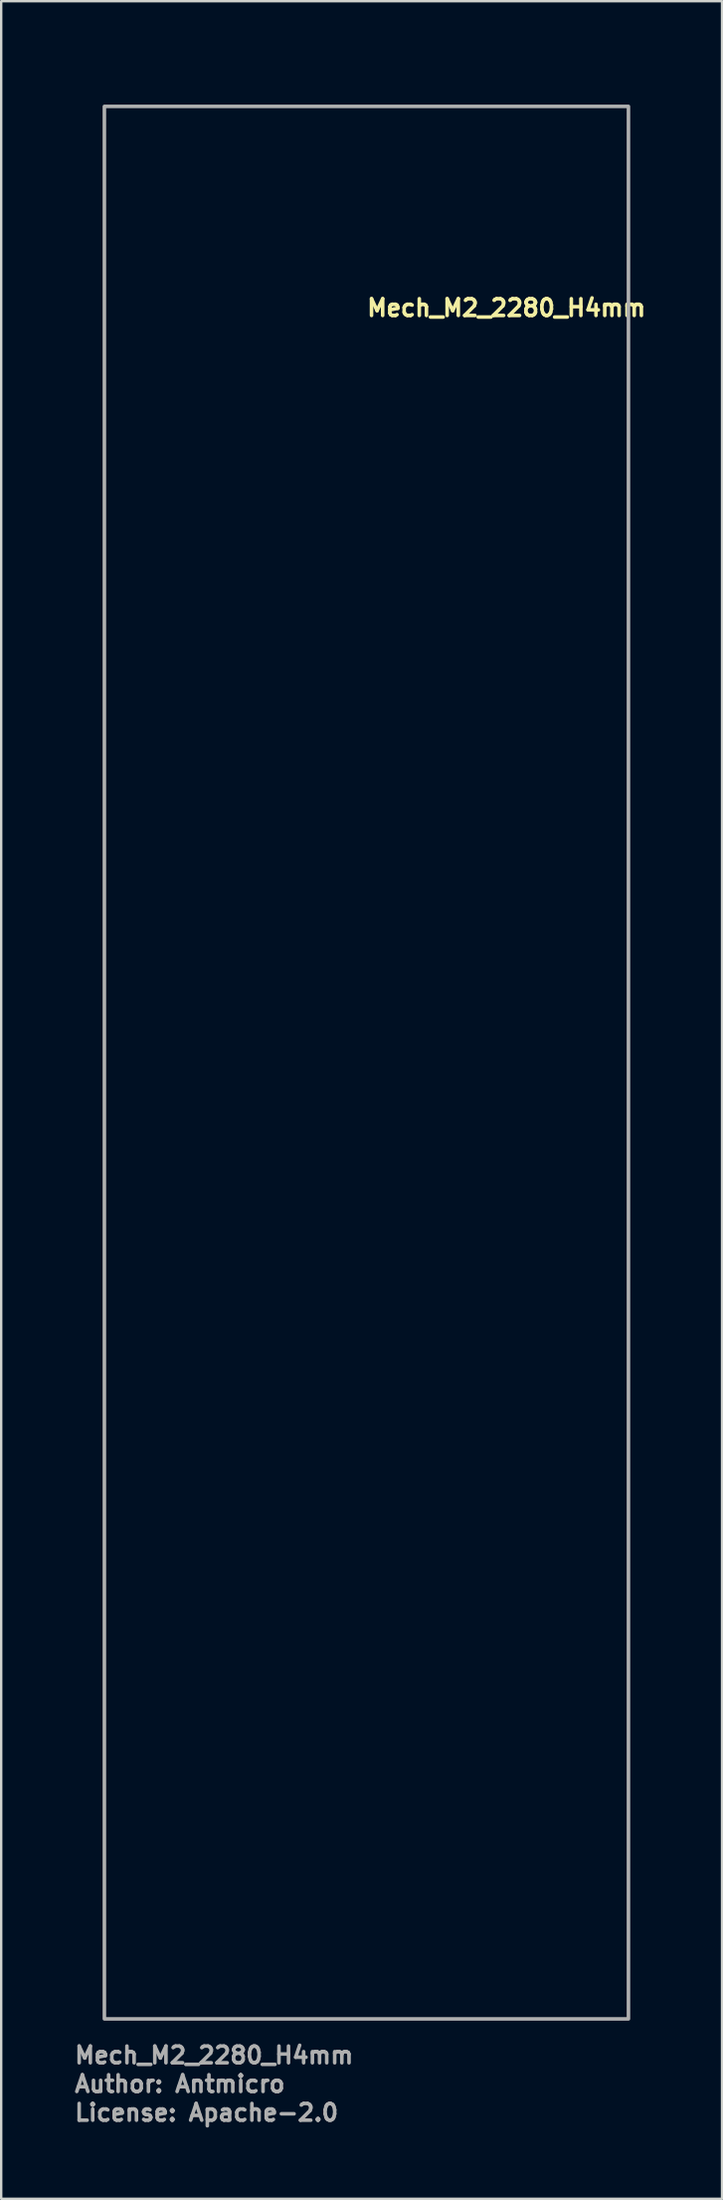
<source format=kicad_pcb>
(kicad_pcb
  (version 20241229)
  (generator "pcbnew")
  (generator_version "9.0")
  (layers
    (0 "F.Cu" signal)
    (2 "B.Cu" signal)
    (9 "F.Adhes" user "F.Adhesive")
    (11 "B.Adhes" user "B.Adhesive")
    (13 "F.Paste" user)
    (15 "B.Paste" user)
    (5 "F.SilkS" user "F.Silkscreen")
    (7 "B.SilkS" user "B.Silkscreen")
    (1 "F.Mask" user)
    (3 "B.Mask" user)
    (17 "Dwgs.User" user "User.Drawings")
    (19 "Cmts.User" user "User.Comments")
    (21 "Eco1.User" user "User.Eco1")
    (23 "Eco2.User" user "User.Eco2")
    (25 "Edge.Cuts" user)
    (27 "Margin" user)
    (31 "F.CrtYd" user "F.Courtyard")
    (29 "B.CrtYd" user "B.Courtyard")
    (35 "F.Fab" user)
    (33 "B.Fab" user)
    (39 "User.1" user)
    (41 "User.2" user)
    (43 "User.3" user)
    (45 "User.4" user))
  (footprint "Mech_M2_2280_H4mm"
    (layer "F.Cu")
    (at 12.243 1.35)
    (property "Reference" "Mech_M2_2280_H4mm" (at 0 8.89 180) (layer "F.SilkS") (effects (font (size 0.7 0.7) (thickness 0.15)) (justify left bottom)))
    (attr exclude_from_pos_files exclude_from_bom allow_missing_courtyard)
    (fp_line (start -11 0) (end -11 80.001) (stroke (width 0.2) (type solid)) (layer "Eco1.User"))
    (fp_line (start -11 80.001) (end 10.999 80.001) (stroke (width 0.2) (type solid)) (layer "Eco1.User"))
    (fp_line (start 10.999 0) (end -11 0) (stroke (width 0.2) (type solid)) (layer "Eco1.User"))
    (fp_line (start 10.999 80.001) (end 10.999 0) (stroke (width 0.2) (type solid)) (layer "Eco1.User"))
    (fp_circle (center 0 0) (end -1.25 0) (stroke (width 0.2) (type solid)) (fill no) (layer "Eco1.User"))
    (fp_rect (start -10.922 0.051) (end 11.024 80.061) (stroke (width 0.15) (type solid)) (fill no) (layer "F.Fab"))
    (fp_rect (start -11.077 0) (end 11.076 80.15) (stroke (width 0.1) (type solid)) (fill no) (layer "User.5"))
    (fp_rect (start -11.077 0) (end 11.076 80.15) (stroke (width 0.1) (type solid)) (fill no) (layer "User.5"))
    (fp_line (start -11.077 0) (end -11.077 6.296) (stroke (width 0.02) (type solid)) (layer "User.9"))
    (fp_line (start -11.077 6.296) (end -10.705 6.78) (stroke (width 0.02) (type solid)) (layer "User.9"))
    (fp_line (start -11.077 14.297) (end -11.077 67.087) (stroke (width 0.02) (type solid)) (layer "User.9"))
    (fp_line (start -11.077 74.41) (end -11.077 76.063) (stroke (width 0.02) (type solid)) (layer "User.9"))
    (fp_line (start -10.705 6.78) (end -10.705 13.781) (stroke (width 0.02) (type solid)) (layer "User.9"))
    (fp_line (start -10.705 13.781) (end -11.077 14.297) (stroke (width 0.02) (type solid)) (layer "User.9"))
    (fp_line (start -10.705 67.531) (end -11.077 67.087) (stroke (width 0.02) (type solid)) (layer "User.9"))
    (fp_line (start -10.705 67.531) (end -10.705 73.938) (stroke (width 0.02) (type solid)) (layer "User.9"))
    (fp_line (start -10.705 73.938) (end -11.077 74.41) (stroke (width 0.02) (type solid)) (layer "User.9"))
    (fp_line (start -10.276 29.629) (end -9.632 29.629) (stroke (width 0.02) (type solid)) (layer "User.9"))
    (fp_line (start -10.276 30.2) (end -10.276 29.629) (stroke (width 0.02) (type solid)) (layer "User.9"))
    (fp_line (start -10.269 76.078) (end -11.077 76.063) (stroke (width 0.02) (type solid)) (layer "User.9"))
    (fp_line (start -10.257 21.38) (end -9.789 21.38) (stroke (width 0.02) (type solid)) (layer "User.9"))
    (fp_line (start -10.257 21.931) (end -10.257 21.38) (stroke (width 0.02) (type solid)) (layer "User.9"))
    (fp_line (start -10.224 1.273) (end -10.212 1.173) (stroke (width 0.02) (type solid)) (layer "User.9"))
    (fp_line (start -10.224 1.274) (end -10.186 1.368) (stroke (width 0.02) (type solid)) (layer "User.9"))
    (fp_line (start -10.216 38.534) (end -10.216 38.963) (stroke (width 0.02) (type solid)) (layer "User.9"))
    (fp_line (start -10.216 38.963) (end -9.741 38.963) (stroke (width 0.02) (type solid)) (layer "User.9"))
    (fp_line (start -10.212 1.173) (end -10.186 1.112) (stroke (width 0.02) (type solid)) (layer "User.9"))
    (fp_line (start -10.212 23.658) (end -9.744 23.658) (stroke (width 0.02) (type solid)) (layer "User.9"))
    (fp_line (start -10.212 24.207) (end -10.212 23.658) (stroke (width 0.02) (type solid)) (layer "User.9"))
    (fp_line (start -10.186 1.112) (end -10.144 1.06) (stroke (width 0.02) (type solid)) (layer "User.9"))
    (fp_line (start -10.186 1.368) (end -10.144 1.423) (stroke (width 0.02) (type solid)) (layer "User.9"))
    (fp_line (start -10.183 36.656) (end -10.183 37.173) (stroke (width 0.02) (type solid)) (layer "User.9"))
    (fp_line (start -10.183 37.173) (end -9.792 37.173) (stroke (width 0.02) (type solid)) (layer "User.9"))
    (fp_line (start -10.148 76.129) (end -10.269 76.078) (stroke (width 0.02) (type solid)) (layer "User.9"))
    (fp_line (start -10.144 1.423) (end -10.091 1.463) (stroke (width 0.02) (type solid)) (layer "User.9"))
    (fp_line (start -10.093 74.435) (end -10.067 74.641) (stroke (width 0.02) (type solid)) (layer "User.9"))
    (fp_line (start -10.091 1.017) (end -10.144 1.06) (stroke (width 0.02) (type solid)) (layer "User.9"))
    (fp_line (start -10.091 1.463) (end -10.029 1.489) (stroke (width 0.02) (type solid)) (layer "User.9"))
    (fp_line (start -10.067 74.227) (end -10.093 74.435) (stroke (width 0.02) (type solid)) (layer "User.9"))
    (fp_line (start -10.067 74.227) (end -9.987 74.035) (stroke (width 0.02) (type solid)) (layer "User.9"))
    (fp_line (start -10.067 74.641) (end -9.987 74.834) (stroke (width 0.02) (type solid)) (layer "User.9"))
    (fp_line (start -10.045 76.209) (end -10.148 76.129) (stroke (width 0.02) (type solid)) (layer "User.9"))
    (fp_line (start -10.042 60.676) (end -10.042 60.015) (stroke (width 0.02) (type solid)) (layer "User.9"))
    (fp_line (start -10.042 60.676) (end -8.862 60.676) (stroke (width 0.02) (type solid)) (layer "User.9"))
    (fp_line (start -10.029 0.992) (end -10.091 1.017) (stroke (width 0.02) (type solid)) (layer "User.9"))
    (fp_line (start -10.013 34.887) (end -10.013 35.938) (stroke (width 0.02) (type solid)) (layer "User.9"))
    (fp_line (start -10.013 35.938) (end -9.317 35.938) (stroke (width 0.02) (type solid)) (layer "User.9"))
    (fp_line (start -9.987 74.035) (end -9.859 73.87) (stroke (width 0.02) (type solid)) (layer "User.9"))
    (fp_line (start -9.987 74.834) (end -9.859 75.001) (stroke (width 0.02) (type solid)) (layer "User.9"))
    (fp_line (start -9.971 67.682) (end -9.971 68.231) (stroke (width 0.02) (type solid)) (layer "User.9"))
    (fp_line (start -9.971 67.682) (end -9.503 67.682) (stroke (width 0.02) (type solid)) (layer "User.9"))
    (fp_line (start -9.965 76.313) (end -10.045 76.209) (stroke (width 0.02) (type solid)) (layer "User.9"))
    (fp_line (start -9.962 0.983) (end -10.029 0.992) (stroke (width 0.02) (type solid)) (layer "User.9"))
    (fp_line (start -9.962 0.983) (end -9.897 0.992) (stroke (width 0.02) (type solid)) (layer "User.9"))
    (fp_line (start -9.962 1.499) (end -10.029 1.489) (stroke (width 0.02) (type solid)) (layer "User.9"))
    (fp_line (start -9.952 9.967) (end -9.484 9.967) (stroke (width 0.02) (type solid)) (layer "User.9"))
    (fp_line (start -9.952 10.518) (end -9.952 9.967) (stroke (width 0.02) (type solid)) (layer "User.9"))
    (fp_line (start -9.915 76.433) (end -9.965 76.313) (stroke (width 0.02) (type solid)) (layer "User.9"))
    (fp_line (start -9.898 76.563) (end -9.915 76.433) (stroke (width 0.02) (type solid)) (layer "User.9"))
    (fp_line (start -9.898 76.563) (end -9.898 80.15) (stroke (width 0.02) (type solid)) (layer "User.9"))
    (fp_line (start -9.898 80.15) (end -6.829 80.15) (stroke (width 0.02) (type solid)) (layer "User.9"))
    (fp_line (start -9.897 0.992) (end -9.833 1.017) (stroke (width 0.02) (type solid)) (layer "User.9"))
    (fp_line (start -9.897 1.489) (end -9.962 1.499) (stroke (width 0.02) (type solid)) (layer "User.9"))
    (fp_line (start -9.897 1.489) (end -9.833 1.463) (stroke (width 0.02) (type solid)) (layer "User.9"))
    (fp_line (start -9.862 7.7) (end -9.394 7.7) (stroke (width 0.02) (type solid)) (layer "User.9"))
    (fp_line (start -9.862 8.249) (end -9.862 7.7) (stroke (width 0.02) (type solid)) (layer "User.9"))
    (fp_line (start -9.859 62.197) (end -9.859 61.728) (stroke (width 0.02) (type solid)) (layer "User.9"))
    (fp_line (start -9.859 73.87) (end -9.695 73.742) (stroke (width 0.02) (type solid)) (layer "User.9"))
    (fp_line (start -9.849 70.453) (end -9.849 72.23) (stroke (width 0.02) (type solid)) (layer "User.9"))
    (fp_line (start -9.849 70.453) (end -8.527 70.453) (stroke (width 0.02) (type solid)) (layer "User.9"))
    (fp_line (start -9.833 1.017) (end -9.779 1.06) (stroke (width 0.02) (type solid)) (layer "User.9"))
    (fp_line (start -9.792 36.656) (end -10.183 36.656) (stroke (width 0.02) (type solid)) (layer "User.9"))
    (fp_line (start -9.792 37.173) (end -9.792 36.656) (stroke (width 0.02) (type solid)) (layer "User.9"))
    (fp_line (start -9.789 21.931) (end -10.257 21.931) (stroke (width 0.02) (type solid)) (layer "User.9"))
    (fp_line (start -9.789 21.931) (end -9.789 21.38) (stroke (width 0.02) (type solid)) (layer "User.9"))
    (fp_line (start -9.779 1.423) (end -9.833 1.463) (stroke (width 0.02) (type solid)) (layer "User.9"))
    (fp_line (start -9.779 1.423) (end -9.74 1.368) (stroke (width 0.02) (type solid)) (layer "User.9"))
    (fp_line (start -9.744 24.207) (end -10.212 24.207) (stroke (width 0.02) (type solid)) (layer "User.9"))
    (fp_line (start -9.744 24.207) (end -9.744 23.658) (stroke (width 0.02) (type solid)) (layer "User.9"))
    (fp_line (start -9.741 38.534) (end -10.216 38.534) (stroke (width 0.02) (type solid)) (layer "User.9"))
    (fp_line (start -9.741 38.963) (end -9.741 38.534) (stroke (width 0.02) (type solid)) (layer "User.9"))
    (fp_line (start -9.74 1.112) (end -9.779 1.06) (stroke (width 0.02) (type solid)) (layer "User.9"))
    (fp_line (start -9.74 1.368) (end -9.715 1.308) (stroke (width 0.02) (type solid)) (layer "User.9"))
    (fp_line (start -9.715 1.173) (end -9.74 1.112) (stroke (width 0.02) (type solid)) (layer "User.9"))
    (fp_line (start -9.705 1.241) (end -9.715 1.173) (stroke (width 0.02) (type solid)) (layer "User.9"))
    (fp_line (start -9.705 1.241) (end -9.715 1.308) (stroke (width 0.02) (type solid)) (layer "User.9"))
    (fp_line (start -9.695 73.742) (end -9.5 73.662) (stroke (width 0.02) (type solid)) (layer "User.9"))
    (fp_line (start -9.695 75.126) (end -9.859 75.001) (stroke (width 0.02) (type solid)) (layer "User.9"))
    (fp_line (start -9.632 29.629) (end -9.632 30.2) (stroke (width 0.02) (type solid)) (layer "User.9"))
    (fp_line (start -9.632 30.2) (end -10.276 30.2) (stroke (width 0.02) (type solid)) (layer "User.9"))
    (fp_line (start -9.503 67.682) (end -9.503 68.231) (stroke (width 0.02) (type solid)) (layer "User.9"))
    (fp_line (start -9.503 68.231) (end -9.971 68.231) (stroke (width 0.02) (type solid)) (layer "User.9"))
    (fp_line (start -9.5 75.206) (end -9.695 75.126) (stroke (width 0.02) (type solid)) (layer "User.9"))
    (fp_line (start -9.484 10.518) (end -9.952 10.518) (stroke (width 0.02) (type solid)) (layer "User.9"))
    (fp_line (start -9.484 10.518) (end -9.484 9.967) (stroke (width 0.02) (type solid)) (layer "User.9"))
    (fp_line (start -9.463 40.706) (end 0.934 40.706) (stroke (width 0.02) (type solid)) (layer "User.9"))
    (fp_line (start -9.463 54.484) (end -9.463 40.706) (stroke (width 0.02) (type solid)) (layer "User.9"))
    (fp_line (start -9.394 8.249) (end -9.862 8.249) (stroke (width 0.02) (type solid)) (layer "User.9"))
    (fp_line (start -9.394 8.249) (end -9.394 7.7) (stroke (width 0.02) (type solid)) (layer "User.9"))
    (fp_line (start -9.33 37.005) (end -9.33 39.005) (stroke (width 0.02) (type solid)) (layer "User.9"))
    (fp_line (start -9.33 37.005) (end -6.629 37.005) (stroke (width 0.02) (type solid)) (layer "User.9"))
    (fp_line (start -9.33 39.005) (end -6.629 39.005) (stroke (width 0.02) (type solid)) (layer "User.9"))
    (fp_line (start -9.317 34.887) (end -10.013 34.887) (stroke (width 0.02) (type solid)) (layer "User.9"))
    (fp_line (start -9.317 35.938) (end -9.317 34.887) (stroke (width 0.02) (type solid)) (layer "User.9"))
    (fp_line (start -9.311 61.728) (end -9.859 61.728) (stroke (width 0.02) (type solid)) (layer "User.9"))
    (fp_line (start -9.311 62.197) (end -9.859 62.197) (stroke (width 0.02) (type solid)) (layer "User.9"))
    (fp_line (start -9.311 62.197) (end -9.311 61.728) (stroke (width 0.02) (type solid)) (layer "User.9"))
    (fp_line (start -9.295 73.635) (end -9.5 73.662) (stroke (width 0.02) (type solid)) (layer "User.9"))
    (fp_line (start -9.295 73.635) (end -9.087 73.662) (stroke (width 0.02) (type solid)) (layer "User.9"))
    (fp_line (start -9.295 75.233) (end -9.5 75.206) (stroke (width 0.02) (type solid)) (layer "User.9"))
    (fp_line (start -9.212 1.173) (end -9.221 1.241) (stroke (width 0.02) (type solid)) (layer "User.9"))
    (fp_line (start -9.212 1.308) (end -9.221 1.241) (stroke (width 0.02) (type solid)) (layer "User.9"))
    (fp_line (start -9.186 1.112) (end -9.212 1.173) (stroke (width 0.02) (type solid)) (layer "User.9"))
    (fp_line (start -9.186 1.112) (end -9.144 1.06) (stroke (width 0.02) (type solid)) (layer "User.9"))
    (fp_line (start -9.186 1.368) (end -9.212 1.308) (stroke (width 0.02) (type solid)) (layer "User.9"))
    (fp_line (start -9.144 1.06) (end -9.09 1.017) (stroke (width 0.02) (type solid)) (layer "User.9"))
    (fp_line (start -9.144 1.423) (end -9.186 1.368) (stroke (width 0.02) (type solid)) (layer "User.9"))
    (fp_line (start -9.1 4.184) (end 9.102 4.184) (stroke (width 0.02) (type solid)) (layer "User.9"))
    (fp_line (start -9.1 18.385) (end -9.1 4.184) (stroke (width 0.02) (type solid)) (layer "User.9"))
    (fp_line (start -9.1 19.585) (end 9.102 19.585) (stroke (width 0.02) (type solid)) (layer "User.9"))
    (fp_line (start -9.1 33.783) (end -9.1 19.585) (stroke (width 0.02) (type solid)) (layer "User.9"))
    (fp_line (start -9.09 1.017) (end -9.029 0.992) (stroke (width 0.02) (type solid)) (layer "User.9"))
    (fp_line (start -9.09 1.463) (end -9.144 1.423) (stroke (width 0.02) (type solid)) (layer "User.9"))
    (fp_line (start -9.088 73.662) (end -8.894 73.742) (stroke (width 0.02) (type solid)) (layer "User.9"))
    (fp_line (start -9.087 75.206) (end -9.295 75.233) (stroke (width 0.02) (type solid)) (layer "User.9"))
    (fp_line (start -9.029 1.489) (end -9.09 1.463) (stroke (width 0.02) (type solid)) (layer "User.9"))
    (fp_line (start -8.962 0.983) (end -9.029 0.992) (stroke (width 0.02) (type solid)) (layer "User.9"))
    (fp_line (start -8.962 0.983) (end -8.897 0.992) (stroke (width 0.02) (type solid)) (layer "User.9"))
    (fp_line (start -8.962 1.499) (end -9.029 1.489) (stroke (width 0.02) (type solid)) (layer "User.9"))
    (fp_line (start -8.897 1.489) (end -8.962 1.499) (stroke (width 0.02) (type solid)) (layer "User.9"))
    (fp_line (start -8.894 73.742) (end -8.729 73.87) (stroke (width 0.02) (type solid)) (layer "User.9"))
    (fp_line (start -8.894 75.126) (end -9.087 75.206) (stroke (width 0.02) (type solid)) (layer "User.9"))
    (fp_line (start -8.862 60.015) (end -10.042 60.015) (stroke (width 0.02) (type solid)) (layer "User.9"))
    (fp_line (start -8.862 60.015) (end -8.862 60.676) (stroke (width 0.02) (type solid)) (layer "User.9"))
    (fp_line (start -8.834 1.017) (end -8.897 0.992) (stroke (width 0.02) (type solid)) (layer "User.9"))
    (fp_line (start -8.834 1.463) (end -8.897 1.489) (stroke (width 0.02) (type solid)) (layer "User.9"))
    (fp_line (start -8.779 1.06) (end -8.834 1.017) (stroke (width 0.02) (type solid)) (layer "User.9"))
    (fp_line (start -8.779 1.06) (end -8.74 1.112) (stroke (width 0.02) (type solid)) (layer "User.9"))
    (fp_line (start -8.779 1.423) (end -8.834 1.463) (stroke (width 0.02) (type solid)) (layer "User.9"))
    (fp_line (start -8.74 1.112) (end -8.715 1.173) (stroke (width 0.02) (type solid)) (layer "User.9"))
    (fp_line (start -8.74 1.368) (end -8.779 1.423) (stroke (width 0.02) (type solid)) (layer "User.9"))
    (fp_line (start -8.74 1.368) (end -8.715 1.308) (stroke (width 0.02) (type solid)) (layer "User.9"))
    (fp_line (start -8.729 73.87) (end -8.603 74.035) (stroke (width 0.02) (type solid)) (layer "User.9"))
    (fp_line (start -8.729 75.001) (end -8.894 75.126) (stroke (width 0.02) (type solid)) (layer "User.9"))
    (fp_line (start -8.729 75.001) (end -8.603 74.834) (stroke (width 0.02) (type solid)) (layer "User.9"))
    (fp_line (start -8.715 1.173) (end -8.705 1.241) (stroke (width 0.02) (type solid)) (layer "User.9"))
    (fp_line (start -8.705 1.241) (end -8.715 1.308) (stroke (width 0.02) (type solid)) (layer "User.9"))
    (fp_line (start -8.702 65.167) (end -8.702 64.7) (stroke (width 0.02) (type solid)) (layer "User.9"))
    (fp_line (start -8.603 74.035) (end -8.523 74.227) (stroke (width 0.02) (type solid)) (layer "User.9"))
    (fp_line (start -8.527 72.23) (end -9.849 72.23) (stroke (width 0.02) (type solid)) (layer "User.9"))
    (fp_line (start -8.527 72.23) (end -8.527 70.453) (stroke (width 0.02) (type solid)) (layer "User.9"))
    (fp_line (start -8.523 74.227) (end -8.494 74.435) (stroke (width 0.02) (type solid)) (layer "User.9"))
    (fp_line (start -8.523 74.641) (end -8.603 74.834) (stroke (width 0.02) (type solid)) (layer "User.9"))
    (fp_line (start -8.494 74.435) (end -8.523 74.641) (stroke (width 0.02) (type solid)) (layer "User.9"))
    (fp_line (start -8.266 35.228) (end -8.266 35.616) (stroke (width 0.02) (type solid)) (layer "User.9"))
    (fp_line (start -8.266 35.616) (end -7.749 35.616) (stroke (width 0.02) (type solid)) (layer "User.9"))
    (fp_line (start -8.221 1.241) (end -8.212 1.173) (stroke (width 0.02) (type solid)) (layer "User.9"))
    (fp_line (start -8.221 2.341) (end -8.212 2.407) (stroke (width 0.02) (type solid)) (layer "User.9"))
    (fp_line (start -8.212 1.308) (end -8.221 1.241) (stroke (width 0.02) (type solid)) (layer "User.9"))
    (fp_line (start -8.212 2.273) (end -8.221 2.341) (stroke (width 0.02) (type solid)) (layer "User.9"))
    (fp_line (start -8.212 2.407) (end -8.186 2.468) (stroke (width 0.02) (type solid)) (layer "User.9"))
    (fp_line (start -8.186 1.112) (end -8.212 1.173) (stroke (width 0.02) (type solid)) (layer "User.9"))
    (fp_line (start -8.186 1.112) (end -8.144 1.06) (stroke (width 0.02) (type solid)) (layer "User.9"))
    (fp_line (start -8.186 1.368) (end -8.212 1.308) (stroke (width 0.02) (type solid)) (layer "User.9"))
    (fp_line (start -8.186 2.213) (end -8.212 2.273) (stroke (width 0.02) (type solid)) (layer "User.9"))
    (fp_line (start -8.186 2.213) (end -8.144 2.158) (stroke (width 0.02) (type solid)) (layer "User.9"))
    (fp_line (start -8.186 2.468) (end -8.144 2.523) (stroke (width 0.02) (type solid)) (layer "User.9"))
    (fp_line (start -8.151 64.7) (end -8.702 64.7) (stroke (width 0.02) (type solid)) (layer "User.9"))
    (fp_line (start -8.151 64.7) (end -8.151 65.167) (stroke (width 0.02) (type solid)) (layer "User.9"))
    (fp_line (start -8.151 65.167) (end -8.702 65.167) (stroke (width 0.02) (type solid)) (layer "User.9"))
    (fp_line (start -8.144 1.06) (end -8.09 1.017) (stroke (width 0.02) (type solid)) (layer "User.9"))
    (fp_line (start -8.144 1.423) (end -8.186 1.368) (stroke (width 0.02) (type solid)) (layer "User.9"))
    (fp_line (start -8.144 2.158) (end -8.09 2.119) (stroke (width 0.02) (type solid)) (layer "User.9"))
    (fp_line (start -8.09 1.017) (end -8.029 0.992) (stroke (width 0.02) (type solid)) (layer "User.9"))
    (fp_line (start -8.09 1.463) (end -8.144 1.423) (stroke (width 0.02) (type solid)) (layer "User.9"))
    (fp_line (start -8.09 2.119) (end -8.029 2.092) (stroke (width 0.02) (type solid)) (layer "User.9"))
    (fp_line (start -8.09 2.564) (end -8.144 2.523) (stroke (width 0.02) (type solid)) (layer "User.9"))
    (fp_line (start -8.029 0.992) (end -7.962 0.983) (stroke (width 0.02) (type solid)) (layer "User.9"))
    (fp_line (start -8.029 1.489) (end -8.09 1.463) (stroke (width 0.02) (type solid)) (layer "User.9"))
    (fp_line (start -8.029 2.092) (end -7.962 2.084) (stroke (width 0.02) (type solid)) (layer "User.9"))
    (fp_line (start -8.029 2.588) (end -8.09 2.564) (stroke (width 0.02) (type solid)) (layer "User.9"))
    (fp_line (start -7.962 0.983) (end -7.895 0.992) (stroke (width 0.02) (type solid)) (layer "User.9"))
    (fp_line (start -7.962 1.499) (end -8.029 1.489) (stroke (width 0.02) (type solid)) (layer "User.9"))
    (fp_line (start -7.962 2.084) (end -7.895 2.092) (stroke (width 0.02) (type solid)) (layer "User.9"))
    (fp_line (start -7.962 2.597) (end -8.029 2.588) (stroke (width 0.02) (type solid)) (layer "User.9"))
    (fp_line (start -7.895 1.489) (end -7.962 1.499) (stroke (width 0.02) (type solid)) (layer "User.9"))
    (fp_line (start -7.895 2.092) (end -7.834 2.119) (stroke (width 0.02) (type solid)) (layer "User.9"))
    (fp_line (start -7.895 2.588) (end -7.962 2.597) (stroke (width 0.02) (type solid)) (layer "User.9"))
    (fp_line (start -7.834 1.017) (end -7.895 0.992) (stroke (width 0.02) (type solid)) (layer "User.9"))
    (fp_line (start -7.834 1.463) (end -7.895 1.489) (stroke (width 0.02) (type solid)) (layer "User.9"))
    (fp_line (start -7.834 2.564) (end -7.895 2.588) (stroke (width 0.02) (type solid)) (layer "User.9"))
    (fp_line (start -7.781 1.06) (end -7.834 1.017) (stroke (width 0.02) (type solid)) (layer "User.9"))
    (fp_line (start -7.781 1.423) (end -7.834 1.463) (stroke (width 0.02) (type solid)) (layer "User.9"))
    (fp_line (start -7.781 2.158) (end -7.834 2.119) (stroke (width 0.02) (type solid)) (layer "User.9"))
    (fp_line (start -7.781 2.158) (end -7.739 2.213) (stroke (width 0.02) (type solid)) (layer "User.9"))
    (fp_line (start -7.781 2.523) (end -7.834 2.564) (stroke (width 0.02) (type solid)) (layer "User.9"))
    (fp_line (start -7.749 35.228) (end -8.266 35.228) (stroke (width 0.02) (type solid)) (layer "User.9"))
    (fp_line (start -7.749 35.616) (end -7.749 35.228) (stroke (width 0.02) (type solid)) (layer "User.9"))
    (fp_line (start -7.739 1.112) (end -7.781 1.06) (stroke (width 0.02) (type solid)) (layer "User.9"))
    (fp_line (start -7.739 1.112) (end -7.715 1.173) (stroke (width 0.02) (type solid)) (layer "User.9"))
    (fp_line (start -7.739 1.368) (end -7.781 1.423) (stroke (width 0.02) (type solid)) (layer "User.9"))
    (fp_line (start -7.739 2.213) (end -7.715 2.273) (stroke (width 0.02) (type solid)) (layer "User.9"))
    (fp_line (start -7.739 2.468) (end -7.781 2.523) (stroke (width 0.02) (type solid)) (layer "User.9"))
    (fp_line (start -7.739 2.468) (end -7.715 2.407) (stroke (width 0.02) (type solid)) (layer "User.9"))
    (fp_line (start -7.715 1.173) (end -7.704 1.241) (stroke (width 0.02) (type solid)) (layer "User.9"))
    (fp_line (start -7.715 1.308) (end -7.739 1.368) (stroke (width 0.02) (type solid)) (layer "User.9"))
    (fp_line (start -7.715 2.273) (end -7.704 2.341) (stroke (width 0.02) (type solid)) (layer "User.9"))
    (fp_line (start -7.704 1.241) (end -7.715 1.308) (stroke (width 0.02) (type solid)) (layer "User.9"))
    (fp_line (start -7.704 2.341) (end -7.715 2.407) (stroke (width 0.02) (type solid)) (layer "User.9"))
    (fp_line (start -7.22 2.341) (end -7.212 2.273) (stroke (width 0.02) (type solid)) (layer "User.9"))
    (fp_line (start -7.212 1.173) (end -7.22 1.241) (stroke (width 0.02) (type solid)) (layer "User.9"))
    (fp_line (start -7.212 1.308) (end -7.22 1.241) (stroke (width 0.02) (type solid)) (layer "User.9"))
    (fp_line (start -7.212 2.407) (end -7.22 2.341) (stroke (width 0.02) (type solid)) (layer "User.9"))
    (fp_line (start -7.185 1.112) (end -7.212 1.173) (stroke (width 0.02) (type solid)) (layer "User.9"))
    (fp_line (start -7.185 1.112) (end -7.145 1.06) (stroke (width 0.02) (type solid)) (layer "User.9"))
    (fp_line (start -7.185 1.368) (end -7.212 1.308) (stroke (width 0.02) (type solid)) (layer "User.9"))
    (fp_line (start -7.185 2.213) (end -7.212 2.273) (stroke (width 0.02) (type solid)) (layer "User.9"))
    (fp_line (start -7.185 2.468) (end -7.212 2.407) (stroke (width 0.02) (type solid)) (layer "User.9"))
    (fp_line (start -7.175 56.67) (end -7.175 72.42) (stroke (width 0.02) (type solid)) (layer "User.9"))
    (fp_line (start -7.175 56.67) (end 8.724 56.67) (stroke (width 0.02) (type solid)) (layer "User.9"))
    (fp_line (start -7.175 72.42) (end 8.102 72.42) (stroke (width 0.02) (type solid)) (layer "User.9"))
    (fp_line (start -7.145 1.06) (end -7.092 1.017) (stroke (width 0.02) (type solid)) (layer "User.9"))
    (fp_line (start -7.145 1.423) (end -7.185 1.368) (stroke (width 0.02) (type solid)) (layer "User.9"))
    (fp_line (start -7.145 2.158) (end -7.185 2.213) (stroke (width 0.02) (type solid)) (layer "User.9"))
    (fp_line (start -7.145 2.523) (end -7.185 2.468) (stroke (width 0.02) (type solid)) (layer "User.9"))
    (fp_line (start -7.092 1.017) (end -7.028 0.992) (stroke (width 0.02) (type solid)) (layer "User.9"))
    (fp_line (start -7.092 1.463) (end -7.145 1.423) (stroke (width 0.02) (type solid)) (layer "User.9"))
    (fp_line (start -7.092 2.119) (end -7.145 2.158) (stroke (width 0.02) (type solid)) (layer "User.9"))
    (fp_line (start -7.092 2.119) (end -7.028 2.092) (stroke (width 0.02) (type solid)) (layer "User.9"))
    (fp_line (start -7.092 2.564) (end -7.145 2.523) (stroke (width 0.02) (type solid)) (layer "User.9"))
    (fp_line (start -7.028 0.992) (end -6.962 0.983) (stroke (width 0.02) (type solid)) (layer "User.9"))
    (fp_line (start -7.028 1.489) (end -7.092 1.463) (stroke (width 0.02) (type solid)) (layer "User.9"))
    (fp_line (start -7.028 2.092) (end -6.962 2.084) (stroke (width 0.02) (type solid)) (layer "User.9"))
    (fp_line (start -7.028 2.588) (end -7.092 2.564) (stroke (width 0.02) (type solid)) (layer "User.9"))
    (fp_line (start -6.962 0.983) (end -6.895 0.992) (stroke (width 0.02) (type solid)) (layer "User.9"))
    (fp_line (start -6.962 1.499) (end -7.028 1.489) (stroke (width 0.02) (type solid)) (layer "User.9"))
    (fp_line (start -6.962 2.084) (end -6.895 2.092) (stroke (width 0.02) (type solid)) (layer "User.9"))
    (fp_line (start -6.962 2.597) (end -7.028 2.588) (stroke (width 0.02) (type solid)) (layer "User.9"))
    (fp_line (start -6.895 0.992) (end -6.834 1.017) (stroke (width 0.02) (type solid)) (layer "User.9"))
    (fp_line (start -6.895 1.489) (end -6.962 1.499) (stroke (width 0.02) (type solid)) (layer "User.9"))
    (fp_line (start -6.895 2.092) (end -6.834 2.119) (stroke (width 0.02) (type solid)) (layer "User.9"))
    (fp_line (start -6.895 2.588) (end -6.962 2.597) (stroke (width 0.02) (type solid)) (layer "User.9"))
    (fp_line (start -6.834 1.463) (end -6.895 1.489) (stroke (width 0.02) (type solid)) (layer "User.9"))
    (fp_line (start -6.834 2.564) (end -6.895 2.588) (stroke (width 0.02) (type solid)) (layer "User.9"))
    (fp_line (start -6.829 80.15) (end -6.805 77.087) (stroke (width 0.02) (type solid)) (layer "User.9"))
    (fp_line (start -6.781 1.06) (end -6.834 1.017) (stroke (width 0.02) (type solid)) (layer "User.9"))
    (fp_line (start -6.781 1.423) (end -6.834 1.463) (stroke (width 0.02) (type solid)) (layer "User.9"))
    (fp_line (start -6.781 1.423) (end -6.739 1.368) (stroke (width 0.02) (type solid)) (layer "User.9"))
    (fp_line (start -6.781 2.158) (end -6.834 2.119) (stroke (width 0.02) (type solid)) (layer "User.9"))
    (fp_line (start -6.781 2.523) (end -6.834 2.564) (stroke (width 0.02) (type solid)) (layer "User.9"))
    (fp_line (start -6.739 1.112) (end -6.781 1.06) (stroke (width 0.02) (type solid)) (layer "User.9"))
    (fp_line (start -6.739 1.112) (end -6.715 1.173) (stroke (width 0.02) (type solid)) (layer "User.9"))
    (fp_line (start -6.739 1.368) (end -6.715 1.308) (stroke (width 0.02) (type solid)) (layer "User.9"))
    (fp_line (start -6.739 2.213) (end -6.781 2.158) (stroke (width 0.02) (type solid)) (layer "User.9"))
    (fp_line (start -6.739 2.213) (end -6.715 2.273) (stroke (width 0.02) (type solid)) (layer "User.9"))
    (fp_line (start -6.739 2.468) (end -6.781 2.523) (stroke (width 0.02) (type solid)) (layer "User.9"))
    (fp_line (start -6.736 76.918) (end -6.805 77.087) (stroke (width 0.02) (type solid)) (layer "User.9"))
    (fp_line (start -6.715 1.173) (end -6.704 1.241) (stroke (width 0.02) (type solid)) (layer "User.9"))
    (fp_line (start -6.715 2.273) (end -6.704 2.341) (stroke (width 0.02) (type solid)) (layer "User.9"))
    (fp_line (start -6.715 2.407) (end -6.739 2.468) (stroke (width 0.02) (type solid)) (layer "User.9"))
    (fp_line (start -6.704 1.241) (end -6.715 1.308) (stroke (width 0.02) (type solid)) (layer "User.9"))
    (fp_line (start -6.704 2.341) (end -6.715 2.407) (stroke (width 0.02) (type solid)) (layer "User.9"))
    (fp_line (start -6.629 39.005) (end -6.629 37.005) (stroke (width 0.02) (type solid)) (layer "User.9"))
    (fp_line (start -6.624 76.772) (end -6.736 76.918) (stroke (width 0.02) (type solid)) (layer "User.9"))
    (fp_line (start -6.576 75.843) (end -6.576 75.376) (stroke (width 0.02) (type solid)) (layer "User.9"))
    (fp_line (start -6.563 16.3) (end 8.137 16.3) (stroke (width 0.02) (type solid)) (layer "User.9"))
    (fp_line (start -6.563 71.981) (end -6.563 16.3) (stroke (width 0.02) (type solid)) (layer "User.9"))
    (fp_line (start -6.478 76.662) (end -6.624 76.772) (stroke (width 0.02) (type solid)) (layer "User.9"))
    (fp_line (start -6.31 76.593) (end -6.478 76.662) (stroke (width 0.02) (type solid)) (layer "User.9"))
    (fp_line (start -6.31 76.593) (end -6.129 76.569) (stroke (width 0.02) (type solid)) (layer "User.9"))
    (fp_line (start -6.212 1.173) (end -6.22 1.241) (stroke (width 0.02) (type solid)) (layer "User.9"))
    (fp_line (start -6.212 1.308) (end -6.22 1.241) (stroke (width 0.02) (type solid)) (layer "User.9"))
    (fp_line (start -6.212 2.273) (end -6.22 2.341) (stroke (width 0.02) (type solid)) (layer "User.9"))
    (fp_line (start -6.212 2.407) (end -6.22 2.341) (stroke (width 0.02) (type solid)) (layer "User.9"))
    (fp_line (start -6.185 1.112) (end -6.212 1.173) (stroke (width 0.02) (type solid)) (layer "User.9"))
    (fp_line (start -6.185 1.112) (end -6.145 1.06) (stroke (width 0.02) (type solid)) (layer "User.9"))
    (fp_line (start -6.185 1.368) (end -6.212 1.308) (stroke (width 0.02) (type solid)) (layer "User.9"))
    (fp_line (start -6.185 2.213) (end -6.212 2.273) (stroke (width 0.02) (type solid)) (layer "User.9"))
    (fp_line (start -6.185 2.213) (end -6.145 2.158) (stroke (width 0.02) (type solid)) (layer "User.9"))
    (fp_line (start -6.185 2.468) (end -6.212 2.407) (stroke (width 0.02) (type solid)) (layer "User.9"))
    (fp_line (start -6.145 1.06) (end -6.092 1.017) (stroke (width 0.02) (type solid)) (layer "User.9"))
    (fp_line (start -6.145 1.423) (end -6.185 1.368) (stroke (width 0.02) (type solid)) (layer "User.9"))
    (fp_line (start -6.145 2.158) (end -6.092 2.119) (stroke (width 0.02) (type solid)) (layer "User.9"))
    (fp_line (start -6.145 2.523) (end -6.185 2.468) (stroke (width 0.02) (type solid)) (layer "User.9"))
    (fp_line (start -6.092 1.017) (end -6.028 0.992) (stroke (width 0.02) (type solid)) (layer "User.9"))
    (fp_line (start -6.092 1.463) (end -6.145 1.423) (stroke (width 0.02) (type solid)) (layer "User.9"))
    (fp_line (start -6.092 2.119) (end -6.028 2.092) (stroke (width 0.02) (type solid)) (layer "User.9"))
    (fp_line (start -6.092 2.564) (end -6.145 2.523) (stroke (width 0.02) (type solid)) (layer "User.9"))
    (fp_line (start -6.066 73.98) (end -6.066 74.529) (stroke (width 0.02) (type solid)) (layer "User.9"))
    (fp_line (start -6.066 73.98) (end -5.598 73.98) (stroke (width 0.02) (type solid)) (layer "User.9"))
    (fp_line (start -6.028 0.992) (end -5.962 0.983) (stroke (width 0.02) (type solid)) (layer "User.9"))
    (fp_line (start -6.028 1.489) (end -6.092 1.463) (stroke (width 0.02) (type solid)) (layer "User.9"))
    (fp_line (start -6.028 2.092) (end -5.962 2.084) (stroke (width 0.02) (type solid)) (layer "User.9"))
    (fp_line (start -6.028 2.588) (end -6.092 2.564) (stroke (width 0.02) (type solid)) (layer "User.9"))
    (fp_line (start -6.026 75.376) (end -6.576 75.376) (stroke (width 0.02) (type solid)) (layer "User.9"))
    (fp_line (start -6.026 75.843) (end -6.576 75.843) (stroke (width 0.02) (type solid)) (layer "User.9"))
    (fp_line (start -6.026 75.843) (end -6.026 75.376) (stroke (width 0.02) (type solid)) (layer "User.9"))
    (fp_line (start -5.962 0.983) (end -5.895 0.992) (stroke (width 0.02) (type solid)) (layer "User.9"))
    (fp_line (start -5.962 1.499) (end -6.028 1.489) (stroke (width 0.02) (type solid)) (layer "User.9"))
    (fp_line (start -5.962 2.084) (end -5.895 2.092) (stroke (width 0.02) (type solid)) (layer "User.9"))
    (fp_line (start -5.962 2.597) (end -6.028 2.588) (stroke (width 0.02) (type solid)) (layer "User.9"))
    (fp_line (start -5.951 76.593) (end -6.129 76.569) (stroke (width 0.02) (type solid)) (layer "User.9"))
    (fp_line (start -5.895 1.489) (end -5.962 1.499) (stroke (width 0.02) (type solid)) (layer "User.9"))
    (fp_line (start -5.895 2.588) (end -5.962 2.597) (stroke (width 0.02) (type solid)) (layer "User.9"))
    (fp_line (start -5.834 1.017) (end -5.895 0.992) (stroke (width 0.02) (type solid)) (layer "User.9"))
    (fp_line (start -5.834 1.463) (end -5.895 1.489) (stroke (width 0.02) (type solid)) (layer "User.9"))
    (fp_line (start -5.834 2.119) (end -5.895 2.092) (stroke (width 0.02) (type solid)) (layer "User.9"))
    (fp_line (start -5.834 2.119) (end -5.781 2.158) (stroke (width 0.02) (type solid)) (layer "User.9"))
    (fp_line (start -5.834 2.564) (end -5.895 2.588) (stroke (width 0.02) (type solid)) (layer "User.9"))
    (fp_line (start -5.834 2.564) (end -5.781 2.523) (stroke (width 0.02) (type solid)) (layer "User.9"))
    (fp_line (start -5.781 1.06) (end -5.834 1.017) (stroke (width 0.02) (type solid)) (layer "User.9"))
    (fp_line (start -5.781 1.423) (end -5.834 1.463) (stroke (width 0.02) (type solid)) (layer "User.9"))
    (fp_line (start -5.781 1.423) (end -5.739 1.368) (stroke (width 0.02) (type solid)) (layer "User.9"))
    (fp_line (start -5.781 2.158) (end -5.739 2.213) (stroke (width 0.02) (type solid)) (layer "User.9"))
    (fp_line (start -5.781 2.523) (end -5.739 2.468) (stroke (width 0.02) (type solid)) (layer "User.9"))
    (fp_line (start -5.778 76.662) (end -5.951 76.59) (stroke (width 0.02) (type solid)) (layer "User.9"))
    (fp_line (start -5.778 76.662) (end -5.635 76.772) (stroke (width 0.02) (type solid)) (layer "User.9"))
    (fp_line (start -5.739 1.112) (end -5.781 1.06) (stroke (width 0.02) (type solid)) (layer "User.9"))
    (fp_line (start -5.739 1.112) (end -5.715 1.173) (stroke (width 0.02) (type solid)) (layer "User.9"))
    (fp_line (start -5.739 1.368) (end -5.715 1.308) (stroke (width 0.02) (type solid)) (layer "User.9"))
    (fp_line (start -5.739 2.213) (end -5.715 2.273) (stroke (width 0.02) (type solid)) (layer "User.9"))
    (fp_line (start -5.739 2.468) (end -5.715 2.407) (stroke (width 0.02) (type solid)) (layer "User.9"))
    (fp_line (start -5.715 1.173) (end -5.704 1.241) (stroke (width 0.02) (type solid)) (layer "User.9"))
    (fp_line (start -5.704 1.241) (end -5.715 1.308) (stroke (width 0.02) (type solid)) (layer "User.9"))
    (fp_line (start -5.704 2.341) (end -5.715 2.273) (stroke (width 0.02) (type solid)) (layer "User.9"))
    (fp_line (start -5.704 2.341) (end -5.715 2.407) (stroke (width 0.02) (type solid)) (layer "User.9"))
    (fp_line (start -5.635 76.772) (end -5.523 76.918) (stroke (width 0.02) (type solid)) (layer "User.9"))
    (fp_line (start -5.598 73.98) (end -5.598 74.529) (stroke (width 0.02) (type solid)) (layer "User.9"))
    (fp_line (start -5.598 74.529) (end -6.066 74.529) (stroke (width 0.02) (type solid)) (layer "User.9"))
    (fp_line (start -5.523 76.918) (end -5.454 77.087) (stroke (width 0.02) (type solid)) (layer "User.9"))
    (fp_line (start -5.454 77.087) (end -5.43 77.267) (stroke (width 0.02) (type solid)) (layer "User.9"))
    (fp_line (start -5.43 77.267) (end -5.43 80.15) (stroke (width 0.02) (type solid)) (layer "User.9"))
    (fp_line (start -5.43 80.15) (end 9.897 80.15) (stroke (width 0.02) (type solid)) (layer "User.9"))
    (fp_line (start -5.22 1.241) (end -5.212 1.173) (stroke (width 0.02) (type solid)) (layer "User.9"))
    (fp_line (start -5.22 2.341) (end -5.212 2.273) (stroke (width 0.02) (type solid)) (layer "User.9"))
    (fp_line (start -5.212 1.308) (end -5.22 1.241) (stroke (width 0.02) (type solid)) (layer "User.9"))
    (fp_line (start -5.212 2.273) (end -5.185 2.213) (stroke (width 0.02) (type solid)) (layer "User.9"))
    (fp_line (start -5.212 2.407) (end -5.22 2.341) (stroke (width 0.02) (type solid)) (layer "User.9"))
    (fp_line (start -5.185 1.112) (end -5.212 1.173) (stroke (width 0.02) (type solid)) (layer "User.9"))
    (fp_line (start -5.185 1.112) (end -5.145 1.06) (stroke (width 0.02) (type solid)) (layer "User.9"))
    (fp_line (start -5.185 1.368) (end -5.212 1.308) (stroke (width 0.02) (type solid)) (layer "User.9"))
    (fp_line (start -5.185 2.213) (end -5.145 2.158) (stroke (width 0.02) (type solid)) (layer "User.9"))
    (fp_line (start -5.185 2.468) (end -5.212 2.407) (stroke (width 0.02) (type solid)) (layer "User.9"))
    (fp_line (start -5.145 1.06) (end -5.092 1.017) (stroke (width 0.02) (type solid)) (layer "User.9"))
    (fp_line (start -5.145 1.423) (end -5.185 1.368) (stroke (width 0.02) (type solid)) (layer "User.9"))
    (fp_line (start -5.145 2.158) (end -5.092 2.119) (stroke (width 0.02) (type solid)) (layer "User.9"))
    (fp_line (start -5.145 2.523) (end -5.185 2.468) (stroke (width 0.02) (type solid)) (layer "User.9"))
    (fp_line (start -5.092 1.017) (end -5.028 0.992) (stroke (width 0.02) (type solid)) (layer "User.9"))
    (fp_line (start -5.092 1.463) (end -5.145 1.423) (stroke (width 0.02) (type solid)) (layer "User.9"))
    (fp_line (start -5.092 2.119) (end -5.028 2.092) (stroke (width 0.02) (type solid)) (layer "User.9"))
    (fp_line (start -5.092 2.564) (end -5.145 2.523) (stroke (width 0.02) (type solid)) (layer "User.9"))
    (fp_line (start -5.028 0.992) (end -4.962 0.983) (stroke (width 0.02) (type solid)) (layer "User.9"))
    (fp_line (start -5.028 1.489) (end -5.092 1.463) (stroke (width 0.02) (type solid)) (layer "User.9"))
    (fp_line (start -5.028 2.092) (end -4.962 2.084) (stroke (width 0.02) (type solid)) (layer "User.9"))
    (fp_line (start -5.028 2.588) (end -5.092 2.564) (stroke (width 0.02) (type solid)) (layer "User.9"))
    (fp_line (start -4.962 0.983) (end -4.895 0.992) (stroke (width 0.02) (type solid)) (layer "User.9"))
    (fp_line (start -4.962 1.499) (end -5.028 1.489) (stroke (width 0.02) (type solid)) (layer "User.9"))
    (fp_line (start -4.962 2.084) (end -4.895 2.092) (stroke (width 0.02) (type solid)) (layer "User.9"))
    (fp_line (start -4.962 2.597) (end -5.028 2.588) (stroke (width 0.02) (type solid)) (layer "User.9"))
    (fp_line (start -4.895 1.489) (end -4.962 1.499) (stroke (width 0.02) (type solid)) (layer "User.9"))
    (fp_line (start -4.895 2.092) (end -4.834 2.119) (stroke (width 0.02) (type solid)) (layer "User.9"))
    (fp_line (start -4.895 2.588) (end -4.962 2.597) (stroke (width 0.02) (type solid)) (layer "User.9"))
    (fp_line (start -4.834 1.017) (end -4.895 0.992) (stroke (width 0.02) (type solid)) (layer "User.9"))
    (fp_line (start -4.834 1.463) (end -4.895 1.489) (stroke (width 0.02) (type solid)) (layer "User.9"))
    (fp_line (start -4.834 2.119) (end -4.781 2.158) (stroke (width 0.02) (type solid)) (layer "User.9"))
    (fp_line (start -4.834 2.564) (end -4.895 2.588) (stroke (width 0.02) (type solid)) (layer "User.9"))
    (fp_line (start -4.781 1.06) (end -4.834 1.017) (stroke (width 0.02) (type solid)) (layer "User.9"))
    (fp_line (start -4.781 1.423) (end -4.834 1.463) (stroke (width 0.02) (type solid)) (layer "User.9"))
    (fp_line (start -4.781 2.158) (end -4.739 2.213) (stroke (width 0.02) (type solid)) (layer "User.9"))
    (fp_line (start -4.781 2.523) (end -4.834 2.564) (stroke (width 0.02) (type solid)) (layer "User.9"))
    (fp_line (start -4.739 1.112) (end -4.781 1.06) (stroke (width 0.02) (type solid)) (layer "User.9"))
    (fp_line (start -4.739 1.368) (end -4.781 1.423) (stroke (width 0.02) (type solid)) (layer "User.9"))
    (fp_line (start -4.739 1.368) (end -4.715 1.308) (stroke (width 0.02) (type solid)) (layer "User.9"))
    (fp_line (start -4.739 2.213) (end -4.715 2.273) (stroke (width 0.02) (type solid)) (layer "User.9"))
    (fp_line (start -4.739 2.468) (end -4.781 2.523) (stroke (width 0.02) (type solid)) (layer "User.9"))
    (fp_line (start -4.715 1.173) (end -4.739 1.112) (stroke (width 0.02) (type solid)) (layer "User.9"))
    (fp_line (start -4.715 2.273) (end -4.704 2.341) (stroke (width 0.02) (type solid)) (layer "User.9"))
    (fp_line (start -4.715 2.407) (end -4.739 2.468) (stroke (width 0.02) (type solid)) (layer "User.9"))
    (fp_line (start -4.704 1.241) (end -4.715 1.173) (stroke (width 0.02) (type solid)) (layer "User.9"))
    (fp_line (start -4.704 1.241) (end -4.715 1.308) (stroke (width 0.02) (type solid)) (layer "User.9"))
    (fp_line (start -4.704 2.341) (end -4.715 2.407) (stroke (width 0.02) (type solid)) (layer "User.9"))
    (fp_line (start -4.22 1.241) (end -4.212 1.173) (stroke (width 0.02) (type solid)) (layer "User.9"))
    (fp_line (start -4.22 2.341) (end -4.212 2.273) (stroke (width 0.02) (type solid)) (layer "User.9"))
    (fp_line (start -4.212 1.173) (end -4.185 1.112) (stroke (width 0.02) (type solid)) (layer "User.9"))
    (fp_line (start -4.212 1.308) (end -4.22 1.241) (stroke (width 0.02) (type solid)) (layer "User.9"))
    (fp_line (start -4.212 2.273) (end -4.185 2.213) (stroke (width 0.02) (type solid)) (layer "User.9"))
    (fp_line (start -4.212 2.407) (end -4.22 2.341) (stroke (width 0.02) (type solid)) (layer "User.9"))
    (fp_line (start -4.185 1.368) (end -4.212 1.308) (stroke (width 0.02) (type solid)) (layer "User.9"))
    (fp_line (start -4.185 2.213) (end -4.145 2.158) (stroke (width 0.02) (type solid)) (layer "User.9"))
    (fp_line (start -4.185 2.468) (end -4.212 2.407) (stroke (width 0.02) (type solid)) (layer "User.9"))
    (fp_line (start -4.145 1.06) (end -4.185 1.112) (stroke (width 0.02) (type solid)) (layer "User.9"))
    (fp_line (start -4.145 1.06) (end -4.092 1.017) (stroke (width 0.02) (type solid)) (layer "User.9"))
    (fp_line (start -4.145 1.423) (end -4.185 1.368) (stroke (width 0.02) (type solid)) (layer "User.9"))
    (fp_line (start -4.145 2.158) (end -4.092 2.119) (stroke (width 0.02) (type solid)) (layer "User.9"))
    (fp_line (start -4.145 2.523) (end -4.185 2.468) (stroke (width 0.02) (type solid)) (layer "User.9"))
    (fp_line (start -4.092 1.017) (end -4.028 0.992) (stroke (width 0.02) (type solid)) (layer "User.9"))
    (fp_line (start -4.092 1.463) (end -4.145 1.423) (stroke (width 0.02) (type solid)) (layer "User.9"))
    (fp_line (start -4.092 2.119) (end -4.028 2.092) (stroke (width 0.02) (type solid)) (layer "User.9"))
    (fp_line (start -4.092 2.564) (end -4.145 2.523) (stroke (width 0.02) (type solid)) (layer "User.9"))
    (fp_line (start -4.028 0.992) (end -3.963 0.983) (stroke (width 0.02) (type solid)) (layer "User.9"))
    (fp_line (start -4.028 1.489) (end -4.092 1.463) (stroke (width 0.02) (type solid)) (layer "User.9"))
    (fp_line (start -4.028 2.092) (end -3.963 2.084) (stroke (width 0.02) (type solid)) (layer "User.9"))
    (fp_line (start -4.028 2.588) (end -4.092 2.564) (stroke (width 0.02) (type solid)) (layer "User.9"))
    (fp_line (start -3.963 0.983) (end -3.863 0.996) (stroke (width 0.02) (type solid)) (layer "User.9"))
    (fp_line (start -3.963 1.499) (end -4.028 1.489) (stroke (width 0.02) (type solid)) (layer "User.9"))
    (fp_line (start -3.963 2.084) (end -3.863 2.096) (stroke (width 0.02) (type solid)) (layer "User.9"))
    (fp_line (start -3.963 2.597) (end -4.028 2.588) (stroke (width 0.02) (type solid)) (layer "User.9"))
    (fp_line (start -3.899 1.489) (end -3.834 1.463) (stroke (width 0.02) (type solid)) (layer "User.9"))
    (fp_line (start -3.897 1.489) (end -3.963 1.499) (stroke (width 0.02) (type solid)) (layer "User.9"))
    (fp_line (start -3.897 2.591) (end -3.834 2.564) (stroke (width 0.02) (type solid)) (layer "User.9"))
    (fp_line (start -3.895 2.588) (end -3.963 2.597) (stroke (width 0.02) (type solid)) (layer "User.9"))
    (fp_line (start -3.834 1.463) (end -3.78 1.423) (stroke (width 0.02) (type solid)) (layer "User.9"))
    (fp_line (start -3.834 2.564) (end -3.78 2.523) (stroke (width 0.02) (type solid)) (layer "User.9"))
    (fp_line (start -3.78 1.06) (end -3.863 0.996) (stroke (width 0.02) (type solid)) (layer "User.9"))
    (fp_line (start -3.78 1.423) (end -3.738 1.368) (stroke (width 0.02) (type solid)) (layer "User.9"))
    (fp_line (start -3.78 2.158) (end -3.863 2.096) (stroke (width 0.02) (type solid)) (layer "User.9"))
    (fp_line (start -3.78 2.523) (end -3.738 2.468) (stroke (width 0.02) (type solid)) (layer "User.9"))
    (fp_line (start -3.738 1.112) (end -3.78 1.06) (stroke (width 0.02) (type solid)) (layer "User.9"))
    (fp_line (start -3.738 1.368) (end -3.714 1.308) (stroke (width 0.02) (type solid)) (layer "User.9"))
    (fp_line (start -3.738 2.213) (end -3.78 2.158) (stroke (width 0.02) (type solid)) (layer "User.9"))
    (fp_line (start -3.738 2.468) (end -3.714 2.407) (stroke (width 0.02) (type solid)) (layer "User.9"))
    (fp_line (start -3.714 1.173) (end -3.738 1.112) (stroke (width 0.02) (type solid)) (layer "User.9"))
    (fp_line (start -3.714 1.308) (end -3.705 1.241) (stroke (width 0.02) (type solid)) (layer "User.9"))
    (fp_line (start -3.714 2.273) (end -3.738 2.213) (stroke (width 0.02) (type solid)) (layer "User.9"))
    (fp_line (start -3.714 2.407) (end -3.705 2.341) (stroke (width 0.02) (type solid)) (layer "User.9"))
    (fp_line (start -3.705 1.241) (end -3.714 1.173) (stroke (width 0.02) (type solid)) (layer "User.9"))
    (fp_line (start -3.705 2.341) (end -3.714 2.273) (stroke (width 0.02) (type solid)) (layer "User.9"))
    (fp_line (start -3.06 72.873) (end -2.625 72.873) (stroke (width 0.02) (type solid)) (layer "User.9"))
    (fp_line (start -3.06 73.254) (end -3.06 72.873) (stroke (width 0.02) (type solid)) (layer "User.9"))
    (fp_line (start -2.625 72.873) (end -2.625 73.254) (stroke (width 0.02) (type solid)) (layer "User.9"))
    (fp_line (start -2.625 73.254) (end -3.06 73.254) (stroke (width 0.02) (type solid)) (layer "User.9"))
    (fp_line (start -1.9 0) (end -11.077 0) (stroke (width 0.02) (type solid)) (layer "User.9"))
    (fp_line (start -1.837 0.489) (end -1.9 0) (stroke (width 0.02) (type solid)) (layer "User.9"))
    (fp_line (start -1.646 0.947) (end -1.837 0.489) (stroke (width 0.02) (type solid)) (layer "User.9"))
    (fp_line (start -1.347 1.34) (end -1.646 0.947) (stroke (width 0.02) (type solid)) (layer "User.9"))
    (fp_line (start -0.953 1.644) (end -1.347 1.34) (stroke (width 0.02) (type solid)) (layer "User.9"))
    (fp_line (start -0.494 1.834) (end -0.953 1.644) (stroke (width 0.02) (type solid)) (layer "User.9"))
    (fp_line (start -0.002 1.898) (end -0.494 1.834) (stroke (width 0.02) (type solid)) (layer "User.9"))
    (fp_line (start -0.002 1.898) (end 0.488 1.834) (stroke (width 0.02) (type solid)) (layer "User.9"))
    (fp_line (start 0.488 1.834) (end 0.947 1.645) (stroke (width 0.02) (type solid)) (layer "User.9"))
    (fp_line (start 0.934 40.706) (end 0.934 54.484) (stroke (width 0.02) (type solid)) (layer "User.9"))
    (fp_line (start 0.934 54.484) (end -9.463 54.484) (stroke (width 0.02) (type solid)) (layer "User.9"))
    (fp_line (start 0.947 1.645) (end 1.34 1.344) (stroke (width 0.02) (type solid)) (layer "User.9"))
    (fp_line (start 1.34 1.344) (end 1.644 0.952) (stroke (width 0.02) (type solid)) (layer "User.9"))
    (fp_line (start 1.644 0.952) (end 1.834 0.493) (stroke (width 0.02) (type solid)) (layer "User.9"))
    (fp_line (start 1.898 0) (end 1.834 0.493) (stroke (width 0.02) (type solid)) (layer "User.9"))
    (fp_line (start 8.102 72.42) (end 8.724 71.798) (stroke (width 0.02) (type solid)) (layer "User.9"))
    (fp_line (start 8.137 16.3) (end 8.137 71.981) (stroke (width 0.02) (type solid)) (layer "User.9"))
    (fp_line (start 8.137 37.631) (end 9.477 37.631) (stroke (width 0.02) (type solid)) (layer "User.9"))
    (fp_line (start 8.137 50.042) (end 10.355 50.042) (stroke (width 0.02) (type solid)) (layer "User.9"))
    (fp_line (start 8.137 52.868) (end 10.355 52.868) (stroke (width 0.02) (type solid)) (layer "User.9"))
    (fp_line (start 8.137 71.981) (end -6.563 71.981) (stroke (width 0.02) (type solid)) (layer "User.9"))
    (fp_line (start 8.541 1.671) (end 8.512 1.879) (stroke (width 0.02) (type solid)) (layer "User.9"))
    (fp_line (start 8.541 2.085) (end 8.512 1.879) (stroke (width 0.02) (type solid)) (layer "User.9"))
    (fp_line (start 8.621 1.479) (end 8.541 1.671) (stroke (width 0.02) (type solid)) (layer "User.9"))
    (fp_line (start 8.621 2.279) (end 8.541 2.085) (stroke (width 0.02) (type solid)) (layer "User.9"))
    (fp_line (start 8.724 71.798) (end 8.724 56.67) (stroke (width 0.02) (type solid)) (layer "User.9"))
    (fp_line (start 8.746 1.314) (end 8.621 1.479) (stroke (width 0.02) (type solid)) (layer "User.9"))
    (fp_line (start 8.746 2.444) (end 8.621 2.279) (stroke (width 0.02) (type solid)) (layer "User.9"))
    (fp_line (start 8.807 36.116) (end 8.807 36.987) (stroke (width 0.02) (type solid)) (layer "User.9"))
    (fp_line (start 8.807 36.987) (end 9.759 36.987) (stroke (width 0.02) (type solid)) (layer "User.9"))
    (fp_line (start 8.816 34.743) (end 8.816 35.613) (stroke (width 0.02) (type solid)) (layer "User.9"))
    (fp_line (start 8.816 35.613) (end 9.765 35.613) (stroke (width 0.02) (type solid)) (layer "User.9"))
    (fp_line (start 8.893 42.304) (end 8.893 43.176) (stroke (width 0.02) (type solid)) (layer "User.9"))
    (fp_line (start 8.893 43.176) (end 9.843 43.176) (stroke (width 0.02) (type solid)) (layer "User.9"))
    (fp_line (start 8.913 1.185) (end 8.746 1.314) (stroke (width 0.02) (type solid)) (layer "User.9"))
    (fp_line (start 8.913 2.572) (end 8.746 2.444) (stroke (width 0.02) (type solid)) (layer "User.9"))
    (fp_line (start 8.961 40.886) (end 8.961 41.756) (stroke (width 0.02) (type solid)) (layer "User.9"))
    (fp_line (start 8.961 41.756) (end 9.91 41.756) (stroke (width 0.02) (type solid)) (layer "User.9"))
    (fp_line (start 9.102 4.184) (end 9.102 18.385) (stroke (width 0.02) (type solid)) (layer "User.9"))
    (fp_line (start 9.102 18.385) (end -9.1 18.385) (stroke (width 0.02) (type solid)) (layer "User.9"))
    (fp_line (start 9.102 19.585) (end 9.102 33.783) (stroke (width 0.02) (type solid)) (layer "User.9"))
    (fp_line (start 9.102 33.783) (end -9.1 33.783) (stroke (width 0.02) (type solid)) (layer "User.9"))
    (fp_line (start 9.105 2.652) (end 8.913 2.572) (stroke (width 0.02) (type solid)) (layer "User.9"))
    (fp_line (start 9.109 1.104) (end 8.913 1.185) (stroke (width 0.02) (type solid)) (layer "User.9"))
    (fp_line (start 9.313 1.078) (end 9.106 1.106) (stroke (width 0.02) (type solid)) (layer "User.9"))
    (fp_line (start 9.313 2.678) (end 9.105 2.652) (stroke (width 0.02) (type solid)) (layer "User.9"))
    (fp_line (start 9.313 2.678) (end 9.519 2.652) (stroke (width 0.02) (type solid)) (layer "User.9"))
    (fp_line (start 9.387 20.03) (end 9.387 20.579) (stroke (width 0.02) (type solid)) (layer "User.9"))
    (fp_line (start 9.387 20.03) (end 9.855 20.03) (stroke (width 0.02) (type solid)) (layer "User.9"))
    (fp_line (start 9.4 17.614) (end 9.868 17.614) (stroke (width 0.02) (type solid)) (layer "User.9"))
    (fp_line (start 9.4 18.164) (end 9.4 17.614) (stroke (width 0.02) (type solid)) (layer "User.9"))
    (fp_line (start 9.42 4.727) (end 10.064 4.727) (stroke (width 0.02) (type solid)) (layer "User.9"))
    (fp_line (start 9.42 5.297) (end 9.42 4.727) (stroke (width 0.02) (type solid)) (layer "User.9"))
    (fp_line (start 9.425 45.859) (end 9.425 46.502) (stroke (width 0.02) (type solid)) (layer "User.9"))
    (fp_line (start 9.425 46.502) (end 9.996 46.502) (stroke (width 0.02) (type solid)) (layer "User.9"))
    (fp_line (start 9.445 48.738) (end 9.996 48.738) (stroke (width 0.02) (type solid)) (layer "User.9"))
    (fp_line (start 9.445 49.206) (end 9.445 48.738) (stroke (width 0.02) (type solid)) (layer "User.9"))
    (fp_line (start 9.445 49.206) (end 9.996 49.206) (stroke (width 0.02) (type solid)) (layer "User.9"))
    (fp_line (start 9.477 39.731) (end 8.137 39.731) (stroke (width 0.02) (type solid)) (layer "User.9"))
    (fp_line (start 9.477 39.731) (end 9.477 37.631) (stroke (width 0.02) (type solid)) (layer "User.9"))
    (fp_line (start 9.519 1.106) (end 9.313 1.078) (stroke (width 0.02) (type solid)) (layer "User.9"))
    (fp_line (start 9.519 2.652) (end 9.714 2.572) (stroke (width 0.02) (type solid)) (layer "User.9"))
    (fp_line (start 9.541 71.564) (end 9.929 71.564) (stroke (width 0.02) (type solid)) (layer "User.9"))
    (fp_line (start 9.541 72.251) (end 9.541 71.564) (stroke (width 0.02) (type solid)) (layer "User.9"))
    (fp_line (start 9.714 1.185) (end 9.519 1.106) (stroke (width 0.02) (type solid)) (layer "User.9"))
    (fp_line (start 9.714 2.572) (end 9.878 2.444) (stroke (width 0.02) (type solid)) (layer "User.9"))
    (fp_line (start 9.759 36.116) (end 8.807 36.116) (stroke (width 0.02) (type solid)) (layer "User.9"))
    (fp_line (start 9.759 36.987) (end 9.759 36.116) (stroke (width 0.02) (type solid)) (layer "User.9"))
    (fp_line (start 9.765 34.743) (end 8.816 34.743) (stroke (width 0.02) (type solid)) (layer "User.9"))
    (fp_line (start 9.765 35.613) (end 9.765 34.743) (stroke (width 0.02) (type solid)) (layer "User.9"))
    (fp_line (start 9.772 47.31) (end 9.772 47.746) (stroke (width 0.02) (type solid)) (layer "User.9"))
    (fp_line (start 9.772 47.746) (end 10.153 47.746) (stroke (width 0.02) (type solid)) (layer "User.9"))
    (fp_line (start 9.843 42.304) (end 8.893 42.304) (stroke (width 0.02) (type solid)) (layer "User.9"))
    (fp_line (start 9.843 43.176) (end 9.843 42.304) (stroke (width 0.02) (type solid)) (layer "User.9"))
    (fp_line (start 9.855 20.03) (end 9.855 20.579) (stroke (width 0.02) (type solid)) (layer "User.9"))
    (fp_line (start 9.855 20.579) (end 9.387 20.579) (stroke (width 0.02) (type solid)) (layer "User.9"))
    (fp_line (start 9.868 18.164) (end 9.4 18.164) (stroke (width 0.02) (type solid)) (layer "User.9"))
    (fp_line (start 9.868 18.164) (end 9.868 17.614) (stroke (width 0.02) (type solid)) (layer "User.9"))
    (fp_line (start 9.878 1.314) (end 9.714 1.185) (stroke (width 0.02) (type solid)) (layer "User.9"))
    (fp_line (start 9.878 2.444) (end 10.006 2.279) (stroke (width 0.02) (type solid)) (layer "User.9"))
    (fp_line (start 9.897 80.15) (end 9.897 76.563) (stroke (width 0.02) (type solid)) (layer "User.9"))
    (fp_line (start 9.91 40.886) (end 8.961 40.886) (stroke (width 0.02) (type solid)) (layer "User.9"))
    (fp_line (start 9.91 41.756) (end 9.91 40.886) (stroke (width 0.02) (type solid)) (layer "User.9"))
    (fp_line (start 9.913 76.433) (end 9.897 76.563) (stroke (width 0.02) (type solid)) (layer "User.9"))
    (fp_line (start 9.929 71.564) (end 9.929 72.251) (stroke (width 0.02) (type solid)) (layer "User.9"))
    (fp_line (start 9.929 72.251) (end 9.541 72.251) (stroke (width 0.02) (type solid)) (layer "User.9"))
    (fp_line (start 9.964 76.313) (end 9.913 76.433) (stroke (width 0.02) (type solid)) (layer "User.9"))
    (fp_line (start 9.996 45.859) (end 9.425 45.859) (stroke (width 0.02) (type solid)) (layer "User.9"))
    (fp_line (start 9.996 46.502) (end 9.996 45.859) (stroke (width 0.02) (type solid)) (layer "User.9"))
    (fp_line (start 9.996 48.738) (end 9.996 49.206) (stroke (width 0.02) (type solid)) (layer "User.9"))
    (fp_line (start 10.006 1.479) (end 9.878 1.314) (stroke (width 0.02) (type solid)) (layer "User.9"))
    (fp_line (start 10.006 2.279) (end 10.086 2.085) (stroke (width 0.02) (type solid)) (layer "User.9"))
    (fp_line (start 10.044 76.209) (end 9.964 76.313) (stroke (width 0.02) (type solid)) (layer "User.9"))
    (fp_line (start 10.064 4.727) (end 10.064 5.297) (stroke (width 0.02) (type solid)) (layer "User.9"))
    (fp_line (start 10.064 5.297) (end 9.42 5.297) (stroke (width 0.02) (type solid)) (layer "User.9"))
    (fp_line (start 10.086 1.671) (end 10.006 1.479) (stroke (width 0.02) (type solid)) (layer "User.9"))
    (fp_line (start 10.086 2.085) (end 10.112 1.879) (stroke (width 0.02) (type solid)) (layer "User.9"))
    (fp_line (start 10.112 1.879) (end 10.086 1.671) (stroke (width 0.02) (type solid)) (layer "User.9"))
    (fp_line (start 10.147 76.129) (end 10.044 76.209) (stroke (width 0.02) (type solid)) (layer "User.9"))
    (fp_line (start 10.153 47.31) (end 9.772 47.31) (stroke (width 0.02) (type solid)) (layer "User.9"))
    (fp_line (start 10.153 47.746) (end 10.153 47.31) (stroke (width 0.02) (type solid)) (layer "User.9"))
    (fp_line (start 10.268 76.078) (end 10.147 76.129) (stroke (width 0.02) (type solid)) (layer "User.9"))
    (fp_line (start 10.355 52.868) (end 10.355 50.042) (stroke (width 0.02) (type solid)) (layer "User.9"))
    (fp_line (start 11.076 0) (end 1.898 0) (stroke (width 0.02) (type solid)) (layer "User.9"))
    (fp_line (start 11.076 76.063) (end 10.268 76.078) (stroke (width 0.02) (type solid)) (layer "User.9"))
    (fp_line (start 11.076 76.063) (end 11.076 0) (stroke (width 0.02) (type solid)) (layer "User.9"))
    (fp_text user "License: Apache-2.0" (at -12.243 84.392 0) (layer "F.Fab") (effects (font (size 0.7 0.7) (thickness 0.15)) (justify left bottom)))
    (fp_text user "${REFERENCE}" (at -12.243 81.991 0) (layer "F.Fab") (effects (font (size 0.7 0.7) (thickness 0.15)) (justify left bottom)))
    (fp_text user "Author: Antmicro" (at -12.243 83.191 0) (layer "F.Fab") (effects (font (size 0.7 0.7) (thickness 0.15)) (justify left bottom))))
  (gr_rect
    (start -3 -3)
    (end 27.186 88.938)
    (stroke (width 0.1) (type default))
    (fill no)
    (layer "Edge.Cuts")))
</source>
